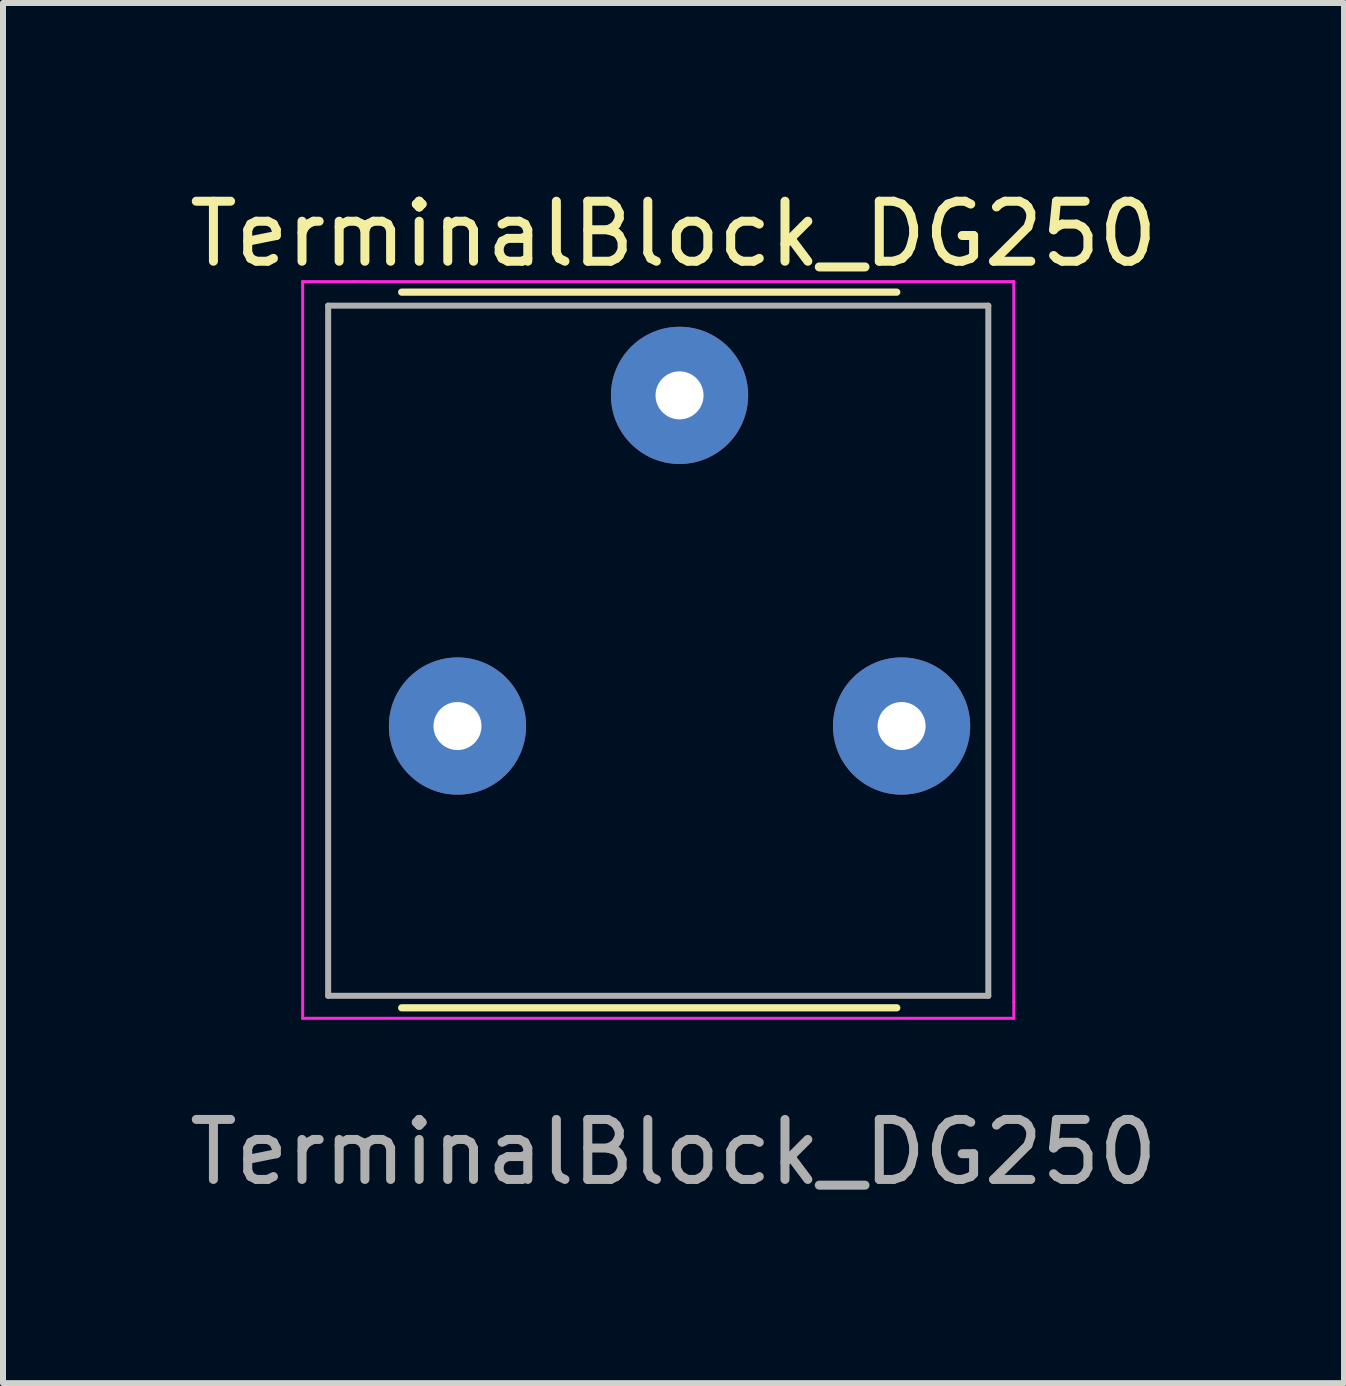
<source format=kicad_pcb>
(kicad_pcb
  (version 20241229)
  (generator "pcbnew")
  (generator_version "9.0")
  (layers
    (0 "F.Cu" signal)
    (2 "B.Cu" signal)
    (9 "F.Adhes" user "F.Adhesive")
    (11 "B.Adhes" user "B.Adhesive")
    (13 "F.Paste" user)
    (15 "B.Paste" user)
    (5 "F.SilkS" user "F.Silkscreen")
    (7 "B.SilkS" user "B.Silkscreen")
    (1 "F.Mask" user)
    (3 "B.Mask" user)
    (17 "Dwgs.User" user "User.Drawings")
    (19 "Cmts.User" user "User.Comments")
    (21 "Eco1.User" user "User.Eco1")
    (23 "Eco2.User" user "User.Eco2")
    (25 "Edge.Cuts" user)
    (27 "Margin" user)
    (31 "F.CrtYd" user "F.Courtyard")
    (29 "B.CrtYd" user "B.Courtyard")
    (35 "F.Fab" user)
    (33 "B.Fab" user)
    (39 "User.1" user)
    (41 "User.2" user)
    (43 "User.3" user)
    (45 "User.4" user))
  (footprint "TerminalBlock_DG250"
    (layer "F.Cu")
    (at 8.173 7.698)
    (property "Reference" "TerminalBlock_DG250" (at 0 -6.85 0) (unlocked yes) (layer "F.SilkS") (effects (font (size 1 1) (thickness 0.15))))
    (attr through_hole)
    (fp_line (start -4.53 -5.88) (end 3.72 -5.88) (stroke (width 0.12) (type solid)) (layer "F.SilkS"))
    (fp_line (start -4.53 6.045) (end 3.72 6.045) (stroke (width 0.12) (type solid)) (layer "F.SilkS"))
    (fp_line (start -6.18 -6.055) (end -6.18 6.22) (stroke (width 0.05) (type solid)) (layer "F.CrtYd"))
    (fp_line (start -5.33 -6.055) (end -6.18 -6.055) (stroke (width 0.05) (type solid)) (layer "F.CrtYd"))
    (fp_line (start 5.67 -6.055) (end -5.33 -6.055) (stroke (width 0.05) (type solid)) (layer "F.CrtYd"))
    (fp_line (start 5.67 -6.055) (end 5.67 5.945) (stroke (width 0.05) (type solid)) (layer "F.CrtYd"))
    (fp_line (start 5.67 5.945) (end 5.67 6.22) (stroke (width 0.05) (type solid)) (layer "F.CrtYd"))
    (fp_line (start 5.67 6.22) (end -6.18 6.22) (stroke (width 0.05) (type solid)) (layer "F.CrtYd"))
    (fp_line (start -5.755 -5.655) (end 5.245 -5.655) (stroke (width 0.1) (type solid)) (layer "F.Fab"))
    (fp_line (start -5.755 5.845) (end -5.755 -5.655) (stroke (width 0.1) (type solid)) (layer "F.Fab"))
    (fp_line (start 5.245 -5.655) (end 5.245 5.845) (stroke (width 0.1) (type solid)) (layer "F.Fab"))
    (fp_line (start 5.245 5.845) (end -5.755 5.845) (stroke (width 0.1) (type solid)) (layer "F.Fab"))
    (fp_text user "${REFERENCE}" (at 0 8.45 0) (unlocked yes) (layer "F.Fab") (effects (font (size 1 1) (thickness 0.15))))
    (pad "1" thru_hole circle (at -3.6 1.35) (size 2.286 2.286) (drill 0.8) (layers "*.Cu" "*.Mask"))
    (pad "2" thru_hole circle (at 3.8 1.35) (size 2.286 2.286) (drill 0.8) (layers "*.Cu" "*.Mask"))
    (pad "3" thru_hole circle (at 0.1 -4.16) (size 2.286 2.286) (drill 0.8) (layers "*.Cu" "*.Mask")))
  (gr_rect
    (start -3 -3)
    (end 19.345 19.997)
    (stroke (width 0.1) (type default))
    (fill no)
    (layer "Edge.Cuts")))
</source>
